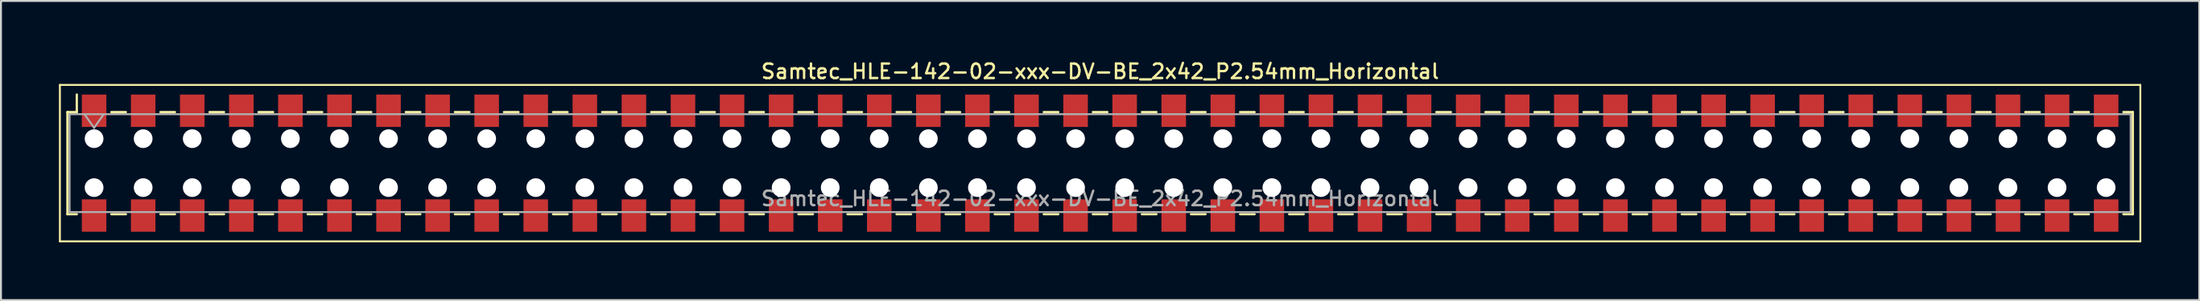
<source format=kicad_pcb>
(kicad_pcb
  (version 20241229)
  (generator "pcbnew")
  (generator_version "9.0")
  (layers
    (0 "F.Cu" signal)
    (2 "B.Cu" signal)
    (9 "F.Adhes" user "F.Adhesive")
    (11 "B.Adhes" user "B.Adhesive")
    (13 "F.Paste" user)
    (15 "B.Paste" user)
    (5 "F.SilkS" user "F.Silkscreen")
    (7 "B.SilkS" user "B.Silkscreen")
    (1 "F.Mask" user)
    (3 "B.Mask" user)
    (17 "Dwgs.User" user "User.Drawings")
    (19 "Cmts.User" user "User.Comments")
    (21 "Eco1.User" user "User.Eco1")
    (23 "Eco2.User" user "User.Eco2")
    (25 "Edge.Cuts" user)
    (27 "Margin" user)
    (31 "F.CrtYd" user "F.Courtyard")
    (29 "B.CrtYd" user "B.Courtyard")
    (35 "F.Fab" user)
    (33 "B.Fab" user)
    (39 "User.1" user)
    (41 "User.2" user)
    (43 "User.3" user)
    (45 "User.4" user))
  (footprint "Samtec_HLE-142-02-xxx-DV-BE_2x42_P2.54mm_Horizontal"
    (layer "F.Cu")
    (at 53.89 5.418)
    (property "Reference" "Samtec_HLE-142-02-xxx-DV-BE_2x42_P2.54mm_Horizontal" (at 0 -4.76 0) (layer "F.SilkS") (effects (font (size 0.75 0.75) (thickness 0.125))))
    (attr smd)
    (fp_line (start -53.84 -4.06) (end 53.84 -4.06) (stroke (width 0.1) (type solid)) (layer "F.SilkS"))
    (fp_line (start -53.84 4.06) (end -53.84 -4.06) (stroke (width 0.1) (type solid)) (layer "F.SilkS"))
    (fp_line (start -53.45 -2.65) (end -53.45 2.65) (stroke (width 0.12) (type solid)) (layer "F.SilkS"))
    (fp_line (start -53.45 2.65) (end -52.965 2.65) (stroke (width 0.12) (type solid)) (layer "F.SilkS"))
    (fp_line (start -52.965 -3.56) (end -52.965 -2.65) (stroke (width 0.12) (type solid)) (layer "F.SilkS"))
    (fp_line (start -52.965 -2.65) (end -53.45 -2.65) (stroke (width 0.12) (type solid)) (layer "F.SilkS"))
    (fp_line (start -51.175 -2.65) (end -50.425 -2.65) (stroke (width 0.12) (type solid)) (layer "F.SilkS"))
    (fp_line (start -51.175 2.65) (end -50.425 2.65) (stroke (width 0.12) (type solid)) (layer "F.SilkS"))
    (fp_line (start -48.635 -2.65) (end -47.885 -2.65) (stroke (width 0.12) (type solid)) (layer "F.SilkS"))
    (fp_line (start -48.635 2.65) (end -47.885 2.65) (stroke (width 0.12) (type solid)) (layer "F.SilkS"))
    (fp_line (start -46.095 -2.65) (end -45.345 -2.65) (stroke (width 0.12) (type solid)) (layer "F.SilkS"))
    (fp_line (start -46.095 2.65) (end -45.345 2.65) (stroke (width 0.12) (type solid)) (layer "F.SilkS"))
    (fp_line (start -43.555 -2.65) (end -42.805 -2.65) (stroke (width 0.12) (type solid)) (layer "F.SilkS"))
    (fp_line (start -43.555 2.65) (end -42.805 2.65) (stroke (width 0.12) (type solid)) (layer "F.SilkS"))
    (fp_line (start -41.015 -2.65) (end -40.265 -2.65) (stroke (width 0.12) (type solid)) (layer "F.SilkS"))
    (fp_line (start -41.015 2.65) (end -40.265 2.65) (stroke (width 0.12) (type solid)) (layer "F.SilkS"))
    (fp_line (start -38.475 -2.65) (end -37.725 -2.65) (stroke (width 0.12) (type solid)) (layer "F.SilkS"))
    (fp_line (start -38.475 2.65) (end -37.725 2.65) (stroke (width 0.12) (type solid)) (layer "F.SilkS"))
    (fp_line (start -35.935 -2.65) (end -35.185 -2.65) (stroke (width 0.12) (type solid)) (layer "F.SilkS"))
    (fp_line (start -35.935 2.65) (end -35.185 2.65) (stroke (width 0.12) (type solid)) (layer "F.SilkS"))
    (fp_line (start -33.395 -2.65) (end -32.645 -2.65) (stroke (width 0.12) (type solid)) (layer "F.SilkS"))
    (fp_line (start -33.395 2.65) (end -32.645 2.65) (stroke (width 0.12) (type solid)) (layer "F.SilkS"))
    (fp_line (start -30.855 -2.65) (end -30.105 -2.65) (stroke (width 0.12) (type solid)) (layer "F.SilkS"))
    (fp_line (start -30.855 2.65) (end -30.105 2.65) (stroke (width 0.12) (type solid)) (layer "F.SilkS"))
    (fp_line (start -28.315 -2.65) (end -27.565 -2.65) (stroke (width 0.12) (type solid)) (layer "F.SilkS"))
    (fp_line (start -28.315 2.65) (end -27.565 2.65) (stroke (width 0.12) (type solid)) (layer "F.SilkS"))
    (fp_line (start -25.775 -2.65) (end -25.025 -2.65) (stroke (width 0.12) (type solid)) (layer "F.SilkS"))
    (fp_line (start -25.775 2.65) (end -25.025 2.65) (stroke (width 0.12) (type solid)) (layer "F.SilkS"))
    (fp_line (start -23.235 -2.65) (end -22.485 -2.65) (stroke (width 0.12) (type solid)) (layer "F.SilkS"))
    (fp_line (start -23.235 2.65) (end -22.485 2.65) (stroke (width 0.12) (type solid)) (layer "F.SilkS"))
    (fp_line (start -20.695 -2.65) (end -19.945 -2.65) (stroke (width 0.12) (type solid)) (layer "F.SilkS"))
    (fp_line (start -20.695 2.65) (end -19.945 2.65) (stroke (width 0.12) (type solid)) (layer "F.SilkS"))
    (fp_line (start -18.155 -2.65) (end -17.405 -2.65) (stroke (width 0.12) (type solid)) (layer "F.SilkS"))
    (fp_line (start -18.155 2.65) (end -17.405 2.65) (stroke (width 0.12) (type solid)) (layer "F.SilkS"))
    (fp_line (start -15.615 -2.65) (end -14.865 -2.65) (stroke (width 0.12) (type solid)) (layer "F.SilkS"))
    (fp_line (start -15.615 2.65) (end -14.865 2.65) (stroke (width 0.12) (type solid)) (layer "F.SilkS"))
    (fp_line (start -13.075 -2.65) (end -12.325 -2.65) (stroke (width 0.12) (type solid)) (layer "F.SilkS"))
    (fp_line (start -13.075 2.65) (end -12.325 2.65) (stroke (width 0.12) (type solid)) (layer "F.SilkS"))
    (fp_line (start -10.535 -2.65) (end -9.785 -2.65) (stroke (width 0.12) (type solid)) (layer "F.SilkS"))
    (fp_line (start -10.535 2.65) (end -9.785 2.65) (stroke (width 0.12) (type solid)) (layer "F.SilkS"))
    (fp_line (start -7.995 -2.65) (end -7.245 -2.65) (stroke (width 0.12) (type solid)) (layer "F.SilkS"))
    (fp_line (start -7.995 2.65) (end -7.245 2.65) (stroke (width 0.12) (type solid)) (layer "F.SilkS"))
    (fp_line (start -5.455 -2.65) (end -4.705 -2.65) (stroke (width 0.12) (type solid)) (layer "F.SilkS"))
    (fp_line (start -5.455 2.65) (end -4.705 2.65) (stroke (width 0.12) (type solid)) (layer "F.SilkS"))
    (fp_line (start -2.915 -2.65) (end -2.165 -2.65) (stroke (width 0.12) (type solid)) (layer "F.SilkS"))
    (fp_line (start -2.915 2.65) (end -2.165 2.65) (stroke (width 0.12) (type solid)) (layer "F.SilkS"))
    (fp_line (start -0.375 -2.65) (end 0.375 -2.65) (stroke (width 0.12) (type solid)) (layer "F.SilkS"))
    (fp_line (start -0.375 2.65) (end 0.375 2.65) (stroke (width 0.12) (type solid)) (layer "F.SilkS"))
    (fp_line (start 2.165 -2.65) (end 2.915 -2.65) (stroke (width 0.12) (type solid)) (layer "F.SilkS"))
    (fp_line (start 2.165 2.65) (end 2.915 2.65) (stroke (width 0.12) (type solid)) (layer "F.SilkS"))
    (fp_line (start 4.705 -2.65) (end 5.455 -2.65) (stroke (width 0.12) (type solid)) (layer "F.SilkS"))
    (fp_line (start 4.705 2.65) (end 5.455 2.65) (stroke (width 0.12) (type solid)) (layer "F.SilkS"))
    (fp_line (start 7.245 -2.65) (end 7.995 -2.65) (stroke (width 0.12) (type solid)) (layer "F.SilkS"))
    (fp_line (start 7.245 2.65) (end 7.995 2.65) (stroke (width 0.12) (type solid)) (layer "F.SilkS"))
    (fp_line (start 9.785 -2.65) (end 10.535 -2.65) (stroke (width 0.12) (type solid)) (layer "F.SilkS"))
    (fp_line (start 9.785 2.65) (end 10.535 2.65) (stroke (width 0.12) (type solid)) (layer "F.SilkS"))
    (fp_line (start 12.325 -2.65) (end 13.075 -2.65) (stroke (width 0.12) (type solid)) (layer "F.SilkS"))
    (fp_line (start 12.325 2.65) (end 13.075 2.65) (stroke (width 0.12) (type solid)) (layer "F.SilkS"))
    (fp_line (start 14.865 -2.65) (end 15.615 -2.65) (stroke (width 0.12) (type solid)) (layer "F.SilkS"))
    (fp_line (start 14.865 2.65) (end 15.615 2.65) (stroke (width 0.12) (type solid)) (layer "F.SilkS"))
    (fp_line (start 17.405 -2.65) (end 18.155 -2.65) (stroke (width 0.12) (type solid)) (layer "F.SilkS"))
    (fp_line (start 17.405 2.65) (end 18.155 2.65) (stroke (width 0.12) (type solid)) (layer "F.SilkS"))
    (fp_line (start 19.945 -2.65) (end 20.695 -2.65) (stroke (width 0.12) (type solid)) (layer "F.SilkS"))
    (fp_line (start 19.945 2.65) (end 20.695 2.65) (stroke (width 0.12) (type solid)) (layer "F.SilkS"))
    (fp_line (start 22.485 -2.65) (end 23.235 -2.65) (stroke (width 0.12) (type solid)) (layer "F.SilkS"))
    (fp_line (start 22.485 2.65) (end 23.235 2.65) (stroke (width 0.12) (type solid)) (layer "F.SilkS"))
    (fp_line (start 25.025 -2.65) (end 25.775 -2.65) (stroke (width 0.12) (type solid)) (layer "F.SilkS"))
    (fp_line (start 25.025 2.65) (end 25.775 2.65) (stroke (width 0.12) (type solid)) (layer "F.SilkS"))
    (fp_line (start 27.565 -2.65) (end 28.315 -2.65) (stroke (width 0.12) (type solid)) (layer "F.SilkS"))
    (fp_line (start 27.565 2.65) (end 28.315 2.65) (stroke (width 0.12) (type solid)) (layer "F.SilkS"))
    (fp_line (start 30.105 -2.65) (end 30.855 -2.65) (stroke (width 0.12) (type solid)) (layer "F.SilkS"))
    (fp_line (start 30.105 2.65) (end 30.855 2.65) (stroke (width 0.12) (type solid)) (layer "F.SilkS"))
    (fp_line (start 32.645 -2.65) (end 33.395 -2.65) (stroke (width 0.12) (type solid)) (layer "F.SilkS"))
    (fp_line (start 32.645 2.65) (end 33.395 2.65) (stroke (width 0.12) (type solid)) (layer "F.SilkS"))
    (fp_line (start 35.185 -2.65) (end 35.935 -2.65) (stroke (width 0.12) (type solid)) (layer "F.SilkS"))
    (fp_line (start 35.185 2.65) (end 35.935 2.65) (stroke (width 0.12) (type solid)) (layer "F.SilkS"))
    (fp_line (start 37.725 -2.65) (end 38.475 -2.65) (stroke (width 0.12) (type solid)) (layer "F.SilkS"))
    (fp_line (start 37.725 2.65) (end 38.475 2.65) (stroke (width 0.12) (type solid)) (layer "F.SilkS"))
    (fp_line (start 40.265 -2.65) (end 41.015 -2.65) (stroke (width 0.12) (type solid)) (layer "F.SilkS"))
    (fp_line (start 40.265 2.65) (end 41.015 2.65) (stroke (width 0.12) (type solid)) (layer "F.SilkS"))
    (fp_line (start 42.805 -2.65) (end 43.555 -2.65) (stroke (width 0.12) (type solid)) (layer "F.SilkS"))
    (fp_line (start 42.805 2.65) (end 43.555 2.65) (stroke (width 0.12) (type solid)) (layer "F.SilkS"))
    (fp_line (start 45.345 -2.65) (end 46.095 -2.65) (stroke (width 0.12) (type solid)) (layer "F.SilkS"))
    (fp_line (start 45.345 2.65) (end 46.095 2.65) (stroke (width 0.12) (type solid)) (layer "F.SilkS"))
    (fp_line (start 47.885 -2.65) (end 48.635 -2.65) (stroke (width 0.12) (type solid)) (layer "F.SilkS"))
    (fp_line (start 47.885 2.65) (end 48.635 2.65) (stroke (width 0.12) (type solid)) (layer "F.SilkS"))
    (fp_line (start 50.425 -2.65) (end 51.175 -2.65) (stroke (width 0.12) (type solid)) (layer "F.SilkS"))
    (fp_line (start 50.425 2.65) (end 51.175 2.65) (stroke (width 0.12) (type solid)) (layer "F.SilkS"))
    (fp_line (start 52.965 -2.65) (end 53.45 -2.65) (stroke (width 0.12) (type solid)) (layer "F.SilkS"))
    (fp_line (start 53.45 -2.65) (end 53.45 2.65) (stroke (width 0.12) (type solid)) (layer "F.SilkS"))
    (fp_line (start 53.45 2.65) (end 52.965 2.65) (stroke (width 0.12) (type solid)) (layer "F.SilkS"))
    (fp_line (start 53.84 -4.06) (end 53.84 4.06) (stroke (width 0.1) (type solid)) (layer "F.SilkS"))
    (fp_line (start 53.84 4.06) (end -53.84 4.06) (stroke (width 0.1) (type solid)) (layer "F.SilkS"))
    (fp_line (start -53.34 -2.54) (end 53.34 -2.54) (stroke (width 0.1) (type solid)) (layer "F.Fab"))
    (fp_line (start -53.34 2.54) (end -53.34 -2.54) (stroke (width 0.1) (type solid)) (layer "F.Fab"))
    (fp_line (start -52.57 -2.54) (end -52.07 -1.833) (stroke (width 0.1) (type solid)) (layer "F.Fab"))
    (fp_line (start -52.07 -1.833) (end -51.57 -2.54) (stroke (width 0.1) (type solid)) (layer "F.Fab"))
    (fp_line (start 53.34 -2.54) (end 53.34 2.54) (stroke (width 0.1) (type solid)) (layer "F.Fab"))
    (fp_line (start 53.34 2.54) (end -53.34 2.54) (stroke (width 0.1) (type solid)) (layer "F.Fab"))
    (fp_text user "${REFERENCE}" (at 0 1.84 0) (layer "F.Fab") (effects (font (size 0.75 0.75) (thickness 0.125))))
    (pad "" np_thru_hole circle (at -52.07 -1.27) (size 0.97 0.97) (drill 0.97) (layers "*.Cu" "*.Mask"))
    (pad "" np_thru_hole circle (at -52.07 1.27) (size 0.97 0.97) (drill 0.97) (layers "*.Cu" "*.Mask"))
    (pad "" np_thru_hole circle (at -49.53 -1.27) (size 0.97 0.97) (drill 0.97) (layers "*.Cu" "*.Mask"))
    (pad "" np_thru_hole circle (at -49.53 1.27) (size 0.97 0.97) (drill 0.97) (layers "*.Cu" "*.Mask"))
    (pad "" np_thru_hole circle (at -46.99 -1.27) (size 0.97 0.97) (drill 0.97) (layers "*.Cu" "*.Mask"))
    (pad "" np_thru_hole circle (at -46.99 1.27) (size 0.97 0.97) (drill 0.97) (layers "*.Cu" "*.Mask"))
    (pad "" np_thru_hole circle (at -44.45 -1.27) (size 0.97 0.97) (drill 0.97) (layers "*.Cu" "*.Mask"))
    (pad "" np_thru_hole circle (at -44.45 1.27) (size 0.97 0.97) (drill 0.97) (layers "*.Cu" "*.Mask"))
    (pad "" np_thru_hole circle (at -41.91 -1.27) (size 0.97 0.97) (drill 0.97) (layers "*.Cu" "*.Mask"))
    (pad "" np_thru_hole circle (at -41.91 1.27) (size 0.97 0.97) (drill 0.97) (layers "*.Cu" "*.Mask"))
    (pad "" np_thru_hole circle (at -39.37 -1.27) (size 0.97 0.97) (drill 0.97) (layers "*.Cu" "*.Mask"))
    (pad "" np_thru_hole circle (at -39.37 1.27) (size 0.97 0.97) (drill 0.97) (layers "*.Cu" "*.Mask"))
    (pad "" np_thru_hole circle (at -36.83 -1.27) (size 0.97 0.97) (drill 0.97) (layers "*.Cu" "*.Mask"))
    (pad "" np_thru_hole circle (at -36.83 1.27) (size 0.97 0.97) (drill 0.97) (layers "*.Cu" "*.Mask"))
    (pad "" np_thru_hole circle (at -34.29 -1.27) (size 0.97 0.97) (drill 0.97) (layers "*.Cu" "*.Mask"))
    (pad "" np_thru_hole circle (at -34.29 1.27) (size 0.97 0.97) (drill 0.97) (layers "*.Cu" "*.Mask"))
    (pad "" np_thru_hole circle (at -31.75 -1.27) (size 0.97 0.97) (drill 0.97) (layers "*.Cu" "*.Mask"))
    (pad "" np_thru_hole circle (at -31.75 1.27) (size 0.97 0.97) (drill 0.97) (layers "*.Cu" "*.Mask"))
    (pad "" np_thru_hole circle (at -29.21 -1.27) (size 0.97 0.97) (drill 0.97) (layers "*.Cu" "*.Mask"))
    (pad "" np_thru_hole circle (at -29.21 1.27) (size 0.97 0.97) (drill 0.97) (layers "*.Cu" "*.Mask"))
    (pad "" np_thru_hole circle (at -26.67 -1.27) (size 0.97 0.97) (drill 0.97) (layers "*.Cu" "*.Mask"))
    (pad "" np_thru_hole circle (at -26.67 1.27) (size 0.97 0.97) (drill 0.97) (layers "*.Cu" "*.Mask"))
    (pad "" np_thru_hole circle (at -24.13 -1.27) (size 0.97 0.97) (drill 0.97) (layers "*.Cu" "*.Mask"))
    (pad "" np_thru_hole circle (at -24.13 1.27) (size 0.97 0.97) (drill 0.97) (layers "*.Cu" "*.Mask"))
    (pad "" np_thru_hole circle (at -21.59 -1.27) (size 0.97 0.97) (drill 0.97) (layers "*.Cu" "*.Mask"))
    (pad "" np_thru_hole circle (at -21.59 1.27) (size 0.97 0.97) (drill 0.97) (layers "*.Cu" "*.Mask"))
    (pad "" np_thru_hole circle (at -19.05 -1.27) (size 0.97 0.97) (drill 0.97) (layers "*.Cu" "*.Mask"))
    (pad "" np_thru_hole circle (at -19.05 1.27) (size 0.97 0.97) (drill 0.97) (layers "*.Cu" "*.Mask"))
    (pad "" np_thru_hole circle (at -16.51 -1.27) (size 0.97 0.97) (drill 0.97) (layers "*.Cu" "*.Mask"))
    (pad "" np_thru_hole circle (at -16.51 1.27) (size 0.97 0.97) (drill 0.97) (layers "*.Cu" "*.Mask"))
    (pad "" np_thru_hole circle (at -13.97 -1.27) (size 0.97 0.97) (drill 0.97) (layers "*.Cu" "*.Mask"))
    (pad "" np_thru_hole circle (at -13.97 1.27) (size 0.97 0.97) (drill 0.97) (layers "*.Cu" "*.Mask"))
    (pad "" np_thru_hole circle (at -11.43 -1.27) (size 0.97 0.97) (drill 0.97) (layers "*.Cu" "*.Mask"))
    (pad "" np_thru_hole circle (at -11.43 1.27) (size 0.97 0.97) (drill 0.97) (layers "*.Cu" "*.Mask"))
    (pad "" np_thru_hole circle (at -8.89 -1.27) (size 0.97 0.97) (drill 0.97) (layers "*.Cu" "*.Mask"))
    (pad "" np_thru_hole circle (at -8.89 1.27) (size 0.97 0.97) (drill 0.97) (layers "*.Cu" "*.Mask"))
    (pad "" np_thru_hole circle (at -6.35 -1.27) (size 0.97 0.97) (drill 0.97) (layers "*.Cu" "*.Mask"))
    (pad "" np_thru_hole circle (at -6.35 1.27) (size 0.97 0.97) (drill 0.97) (layers "*.Cu" "*.Mask"))
    (pad "" np_thru_hole circle (at -3.81 -1.27) (size 0.97 0.97) (drill 0.97) (layers "*.Cu" "*.Mask"))
    (pad "" np_thru_hole circle (at -3.81 1.27) (size 0.97 0.97) (drill 0.97) (layers "*.Cu" "*.Mask"))
    (pad "" np_thru_hole circle (at -1.27 -1.27) (size 0.97 0.97) (drill 0.97) (layers "*.Cu" "*.Mask"))
    (pad "" np_thru_hole circle (at -1.27 1.27) (size 0.97 0.97) (drill 0.97) (layers "*.Cu" "*.Mask"))
    (pad "" np_thru_hole circle (at 1.27 -1.27) (size 0.97 0.97) (drill 0.97) (layers "*.Cu" "*.Mask"))
    (pad "" np_thru_hole circle (at 1.27 1.27) (size 0.97 0.97) (drill 0.97) (layers "*.Cu" "*.Mask"))
    (pad "" np_thru_hole circle (at 3.81 -1.27) (size 0.97 0.97) (drill 0.97) (layers "*.Cu" "*.Mask"))
    (pad "" np_thru_hole circle (at 3.81 1.27) (size 0.97 0.97) (drill 0.97) (layers "*.Cu" "*.Mask"))
    (pad "" np_thru_hole circle (at 6.35 -1.27) (size 0.97 0.97) (drill 0.97) (layers "*.Cu" "*.Mask"))
    (pad "" np_thru_hole circle (at 6.35 1.27) (size 0.97 0.97) (drill 0.97) (layers "*.Cu" "*.Mask"))
    (pad "" np_thru_hole circle (at 8.89 -1.27) (size 0.97 0.97) (drill 0.97) (layers "*.Cu" "*.Mask"))
    (pad "" np_thru_hole circle (at 8.89 1.27) (size 0.97 0.97) (drill 0.97) (layers "*.Cu" "*.Mask"))
    (pad "" np_thru_hole circle (at 11.43 -1.27) (size 0.97 0.97) (drill 0.97) (layers "*.Cu" "*.Mask"))
    (pad "" np_thru_hole circle (at 11.43 1.27) (size 0.97 0.97) (drill 0.97) (layers "*.Cu" "*.Mask"))
    (pad "" np_thru_hole circle (at 13.97 -1.27) (size 0.97 0.97) (drill 0.97) (layers "*.Cu" "*.Mask"))
    (pad "" np_thru_hole circle (at 13.97 1.27) (size 0.97 0.97) (drill 0.97) (layers "*.Cu" "*.Mask"))
    (pad "" np_thru_hole circle (at 16.51 -1.27) (size 0.97 0.97) (drill 0.97) (layers "*.Cu" "*.Mask"))
    (pad "" np_thru_hole circle (at 16.51 1.27) (size 0.97 0.97) (drill 0.97) (layers "*.Cu" "*.Mask"))
    (pad "" np_thru_hole circle (at 19.05 -1.27) (size 0.97 0.97) (drill 0.97) (layers "*.Cu" "*.Mask"))
    (pad "" np_thru_hole circle (at 19.05 1.27) (size 0.97 0.97) (drill 0.97) (layers "*.Cu" "*.Mask"))
    (pad "" np_thru_hole circle (at 21.59 -1.27) (size 0.97 0.97) (drill 0.97) (layers "*.Cu" "*.Mask"))
    (pad "" np_thru_hole circle (at 21.59 1.27) (size 0.97 0.97) (drill 0.97) (layers "*.Cu" "*.Mask"))
    (pad "" np_thru_hole circle (at 24.13 -1.27) (size 0.97 0.97) (drill 0.97) (layers "*.Cu" "*.Mask"))
    (pad "" np_thru_hole circle (at 24.13 1.27) (size 0.97 0.97) (drill 0.97) (layers "*.Cu" "*.Mask"))
    (pad "" np_thru_hole circle (at 26.67 -1.27) (size 0.97 0.97) (drill 0.97) (layers "*.Cu" "*.Mask"))
    (pad "" np_thru_hole circle (at 26.67 1.27) (size 0.97 0.97) (drill 0.97) (layers "*.Cu" "*.Mask"))
    (pad "" np_thru_hole circle (at 29.21 -1.27) (size 0.97 0.97) (drill 0.97) (layers "*.Cu" "*.Mask"))
    (pad "" np_thru_hole circle (at 29.21 1.27) (size 0.97 0.97) (drill 0.97) (layers "*.Cu" "*.Mask"))
    (pad "" np_thru_hole circle (at 31.75 -1.27) (size 0.97 0.97) (drill 0.97) (layers "*.Cu" "*.Mask"))
    (pad "" np_thru_hole circle (at 31.75 1.27) (size 0.97 0.97) (drill 0.97) (layers "*.Cu" "*.Mask"))
    (pad "" np_thru_hole circle (at 34.29 -1.27) (size 0.97 0.97) (drill 0.97) (layers "*.Cu" "*.Mask"))
    (pad "" np_thru_hole circle (at 34.29 1.27) (size 0.97 0.97) (drill 0.97) (layers "*.Cu" "*.Mask"))
    (pad "" np_thru_hole circle (at 36.83 -1.27) (size 0.97 0.97) (drill 0.97) (layers "*.Cu" "*.Mask"))
    (pad "" np_thru_hole circle (at 36.83 1.27) (size 0.97 0.97) (drill 0.97) (layers "*.Cu" "*.Mask"))
    (pad "" np_thru_hole circle (at 39.37 -1.27) (size 0.97 0.97) (drill 0.97) (layers "*.Cu" "*.Mask"))
    (pad "" np_thru_hole circle (at 39.37 1.27) (size 0.97 0.97) (drill 0.97) (layers "*.Cu" "*.Mask"))
    (pad "" np_thru_hole circle (at 41.91 -1.27) (size 0.97 0.97) (drill 0.97) (layers "*.Cu" "*.Mask"))
    (pad "" np_thru_hole circle (at 41.91 1.27) (size 0.97 0.97) (drill 0.97) (layers "*.Cu" "*.Mask"))
    (pad "" np_thru_hole circle (at 44.45 -1.27) (size 0.97 0.97) (drill 0.97) (layers "*.Cu" "*.Mask"))
    (pad "" np_thru_hole circle (at 44.45 1.27) (size 0.97 0.97) (drill 0.97) (layers "*.Cu" "*.Mask"))
    (pad "" np_thru_hole circle (at 46.99 -1.27) (size 0.97 0.97) (drill 0.97) (layers "*.Cu" "*.Mask"))
    (pad "" np_thru_hole circle (at 46.99 1.27) (size 0.97 0.97) (drill 0.97) (layers "*.Cu" "*.Mask"))
    (pad "" np_thru_hole circle (at 49.53 -1.27) (size 0.97 0.97) (drill 0.97) (layers "*.Cu" "*.Mask"))
    (pad "" np_thru_hole circle (at 49.53 1.27) (size 0.97 0.97) (drill 0.97) (layers "*.Cu" "*.Mask"))
    (pad "" np_thru_hole circle (at 52.07 -1.27) (size 0.97 0.97) (drill 0.97) (layers "*.Cu" "*.Mask"))
    (pad "" np_thru_hole circle (at 52.07 1.27) (size 0.97 0.97) (drill 0.97) (layers "*.Cu" "*.Mask"))
    (pad "1" smd rect (at -52.07 -2.72) (size 1.27 1.68) (layers "F.Cu" "F.Mask" "F.Paste"))
    (pad "2" smd rect (at -52.07 2.72) (size 1.27 1.68) (layers "F.Cu" "F.Mask" "F.Paste"))
    (pad "3" smd rect (at -49.53 -2.72) (size 1.27 1.68) (layers "F.Cu" "F.Mask" "F.Paste"))
    (pad "4" smd rect (at -49.53 2.72) (size 1.27 1.68) (layers "F.Cu" "F.Mask" "F.Paste"))
    (pad "5" smd rect (at -46.99 -2.72) (size 1.27 1.68) (layers "F.Cu" "F.Mask" "F.Paste"))
    (pad "6" smd rect (at -46.99 2.72) (size 1.27 1.68) (layers "F.Cu" "F.Mask" "F.Paste"))
    (pad "7" smd rect (at -44.45 -2.72) (size 1.27 1.68) (layers "F.Cu" "F.Mask" "F.Paste"))
    (pad "8" smd rect (at -44.45 2.72) (size 1.27 1.68) (layers "F.Cu" "F.Mask" "F.Paste"))
    (pad "9" smd rect (at -41.91 -2.72) (size 1.27 1.68) (layers "F.Cu" "F.Mask" "F.Paste"))
    (pad "10" smd rect (at -41.91 2.72) (size 1.27 1.68) (layers "F.Cu" "F.Mask" "F.Paste"))
    (pad "11" smd rect (at -39.37 -2.72) (size 1.27 1.68) (layers "F.Cu" "F.Mask" "F.Paste"))
    (pad "12" smd rect (at -39.37 2.72) (size 1.27 1.68) (layers "F.Cu" "F.Mask" "F.Paste"))
    (pad "13" smd rect (at -36.83 -2.72) (size 1.27 1.68) (layers "F.Cu" "F.Mask" "F.Paste"))
    (pad "14" smd rect (at -36.83 2.72) (size 1.27 1.68) (layers "F.Cu" "F.Mask" "F.Paste"))
    (pad "15" smd rect (at -34.29 -2.72) (size 1.27 1.68) (layers "F.Cu" "F.Mask" "F.Paste"))
    (pad "16" smd rect (at -34.29 2.72) (size 1.27 1.68) (layers "F.Cu" "F.Mask" "F.Paste"))
    (pad "17" smd rect (at -31.75 -2.72) (size 1.27 1.68) (layers "F.Cu" "F.Mask" "F.Paste"))
    (pad "18" smd rect (at -31.75 2.72) (size 1.27 1.68) (layers "F.Cu" "F.Mask" "F.Paste"))
    (pad "19" smd rect (at -29.21 -2.72) (size 1.27 1.68) (layers "F.Cu" "F.Mask" "F.Paste"))
    (pad "20" smd rect (at -29.21 2.72) (size 1.27 1.68) (layers "F.Cu" "F.Mask" "F.Paste"))
    (pad "21" smd rect (at -26.67 -2.72) (size 1.27 1.68) (layers "F.Cu" "F.Mask" "F.Paste"))
    (pad "22" smd rect (at -26.67 2.72) (size 1.27 1.68) (layers "F.Cu" "F.Mask" "F.Paste"))
    (pad "23" smd rect (at -24.13 -2.72) (size 1.27 1.68) (layers "F.Cu" "F.Mask" "F.Paste"))
    (pad "24" smd rect (at -24.13 2.72) (size 1.27 1.68) (layers "F.Cu" "F.Mask" "F.Paste"))
    (pad "25" smd rect (at -21.59 -2.72) (size 1.27 1.68) (layers "F.Cu" "F.Mask" "F.Paste"))
    (pad "26" smd rect (at -21.59 2.72) (size 1.27 1.68) (layers "F.Cu" "F.Mask" "F.Paste"))
    (pad "27" smd rect (at -19.05 -2.72) (size 1.27 1.68) (layers "F.Cu" "F.Mask" "F.Paste"))
    (pad "28" smd rect (at -19.05 2.72) (size 1.27 1.68) (layers "F.Cu" "F.Mask" "F.Paste"))
    (pad "29" smd rect (at -16.51 -2.72) (size 1.27 1.68) (layers "F.Cu" "F.Mask" "F.Paste"))
    (pad "30" smd rect (at -16.51 2.72) (size 1.27 1.68) (layers "F.Cu" "F.Mask" "F.Paste"))
    (pad "31" smd rect (at -13.97 -2.72) (size 1.27 1.68) (layers "F.Cu" "F.Mask" "F.Paste"))
    (pad "32" smd rect (at -13.97 2.72) (size 1.27 1.68) (layers "F.Cu" "F.Mask" "F.Paste"))
    (pad "33" smd rect (at -11.43 -2.72) (size 1.27 1.68) (layers "F.Cu" "F.Mask" "F.Paste"))
    (pad "34" smd rect (at -11.43 2.72) (size 1.27 1.68) (layers "F.Cu" "F.Mask" "F.Paste"))
    (pad "35" smd rect (at -8.89 -2.72) (size 1.27 1.68) (layers "F.Cu" "F.Mask" "F.Paste"))
    (pad "36" smd rect (at -8.89 2.72) (size 1.27 1.68) (layers "F.Cu" "F.Mask" "F.Paste"))
    (pad "37" smd rect (at -6.35 -2.72) (size 1.27 1.68) (layers "F.Cu" "F.Mask" "F.Paste"))
    (pad "38" smd rect (at -6.35 2.72) (size 1.27 1.68) (layers "F.Cu" "F.Mask" "F.Paste"))
    (pad "39" smd rect (at -3.81 -2.72) (size 1.27 1.68) (layers "F.Cu" "F.Mask" "F.Paste"))
    (pad "40" smd rect (at -3.81 2.72) (size 1.27 1.68) (layers "F.Cu" "F.Mask" "F.Paste"))
    (pad "41" smd rect (at -1.27 -2.72) (size 1.27 1.68) (layers "F.Cu" "F.Mask" "F.Paste"))
    (pad "42" smd rect (at -1.27 2.72) (size 1.27 1.68) (layers "F.Cu" "F.Mask" "F.Paste"))
    (pad "43" smd rect (at 1.27 -2.72) (size 1.27 1.68) (layers "F.Cu" "F.Mask" "F.Paste"))
    (pad "44" smd rect (at 1.27 2.72) (size 1.27 1.68) (layers "F.Cu" "F.Mask" "F.Paste"))
    (pad "45" smd rect (at 3.81 -2.72) (size 1.27 1.68) (layers "F.Cu" "F.Mask" "F.Paste"))
    (pad "46" smd rect (at 3.81 2.72) (size 1.27 1.68) (layers "F.Cu" "F.Mask" "F.Paste"))
    (pad "47" smd rect (at 6.35 -2.72) (size 1.27 1.68) (layers "F.Cu" "F.Mask" "F.Paste"))
    (pad "48" smd rect (at 6.35 2.72) (size 1.27 1.68) (layers "F.Cu" "F.Mask" "F.Paste"))
    (pad "49" smd rect (at 8.89 -2.72) (size 1.27 1.68) (layers "F.Cu" "F.Mask" "F.Paste"))
    (pad "50" smd rect (at 8.89 2.72) (size 1.27 1.68) (layers "F.Cu" "F.Mask" "F.Paste"))
    (pad "51" smd rect (at 11.43 -2.72) (size 1.27 1.68) (layers "F.Cu" "F.Mask" "F.Paste"))
    (pad "52" smd rect (at 11.43 2.72) (size 1.27 1.68) (layers "F.Cu" "F.Mask" "F.Paste"))
    (pad "53" smd rect (at 13.97 -2.72) (size 1.27 1.68) (layers "F.Cu" "F.Mask" "F.Paste"))
    (pad "54" smd rect (at 13.97 2.72) (size 1.27 1.68) (layers "F.Cu" "F.Mask" "F.Paste"))
    (pad "55" smd rect (at 16.51 -2.72) (size 1.27 1.68) (layers "F.Cu" "F.Mask" "F.Paste"))
    (pad "56" smd rect (at 16.51 2.72) (size 1.27 1.68) (layers "F.Cu" "F.Mask" "F.Paste"))
    (pad "57" smd rect (at 19.05 -2.72) (size 1.27 1.68) (layers "F.Cu" "F.Mask" "F.Paste"))
    (pad "58" smd rect (at 19.05 2.72) (size 1.27 1.68) (layers "F.Cu" "F.Mask" "F.Paste"))
    (pad "59" smd rect (at 21.59 -2.72) (size 1.27 1.68) (layers "F.Cu" "F.Mask" "F.Paste"))
    (pad "60" smd rect (at 21.59 2.72) (size 1.27 1.68) (layers "F.Cu" "F.Mask" "F.Paste"))
    (pad "61" smd rect (at 24.13 -2.72) (size 1.27 1.68) (layers "F.Cu" "F.Mask" "F.Paste"))
    (pad "62" smd rect (at 24.13 2.72) (size 1.27 1.68) (layers "F.Cu" "F.Mask" "F.Paste"))
    (pad "63" smd rect (at 26.67 -2.72) (size 1.27 1.68) (layers "F.Cu" "F.Mask" "F.Paste"))
    (pad "64" smd rect (at 26.67 2.72) (size 1.27 1.68) (layers "F.Cu" "F.Mask" "F.Paste"))
    (pad "65" smd rect (at 29.21 -2.72) (size 1.27 1.68) (layers "F.Cu" "F.Mask" "F.Paste"))
    (pad "66" smd rect (at 29.21 2.72) (size 1.27 1.68) (layers "F.Cu" "F.Mask" "F.Paste"))
    (pad "67" smd rect (at 31.75 -2.72) (size 1.27 1.68) (layers "F.Cu" "F.Mask" "F.Paste"))
    (pad "68" smd rect (at 31.75 2.72) (size 1.27 1.68) (layers "F.Cu" "F.Mask" "F.Paste"))
    (pad "69" smd rect (at 34.29 -2.72) (size 1.27 1.68) (layers "F.Cu" "F.Mask" "F.Paste"))
    (pad "70" smd rect (at 34.29 2.72) (size 1.27 1.68) (layers "F.Cu" "F.Mask" "F.Paste"))
    (pad "71" smd rect (at 36.83 -2.72) (size 1.27 1.68) (layers "F.Cu" "F.Mask" "F.Paste"))
    (pad "72" smd rect (at 36.83 2.72) (size 1.27 1.68) (layers "F.Cu" "F.Mask" "F.Paste"))
    (pad "73" smd rect (at 39.37 -2.72) (size 1.27 1.68) (layers "F.Cu" "F.Mask" "F.Paste"))
    (pad "74" smd rect (at 39.37 2.72) (size 1.27 1.68) (layers "F.Cu" "F.Mask" "F.Paste"))
    (pad "75" smd rect (at 41.91 -2.72) (size 1.27 1.68) (layers "F.Cu" "F.Mask" "F.Paste"))
    (pad "76" smd rect (at 41.91 2.72) (size 1.27 1.68) (layers "F.Cu" "F.Mask" "F.Paste"))
    (pad "77" smd rect (at 44.45 -2.72) (size 1.27 1.68) (layers "F.Cu" "F.Mask" "F.Paste"))
    (pad "78" smd rect (at 44.45 2.72) (size 1.27 1.68) (layers "F.Cu" "F.Mask" "F.Paste"))
    (pad "79" smd rect (at 46.99 -2.72) (size 1.27 1.68) (layers "F.Cu" "F.Mask" "F.Paste"))
    (pad "80" smd rect (at 46.99 2.72) (size 1.27 1.68) (layers "F.Cu" "F.Mask" "F.Paste"))
    (pad "81" smd rect (at 49.53 -2.72) (size 1.27 1.68) (layers "F.Cu" "F.Mask" "F.Paste"))
    (pad "82" smd rect (at 49.53 2.72) (size 1.27 1.68) (layers "F.Cu" "F.Mask" "F.Paste"))
    (pad "83" smd rect (at 52.07 -2.72) (size 1.27 1.68) (layers "F.Cu" "F.Mask" "F.Paste"))
    (pad "84" smd rect (at 52.07 2.72) (size 1.27 1.68) (layers "F.Cu" "F.Mask" "F.Paste")))
  (gr_rect
    (start -3 -3)
    (end 110.78 12.528)
    (stroke (width 0.1) (type default))
    (fill no)
    (layer "Edge.Cuts")))
</source>
